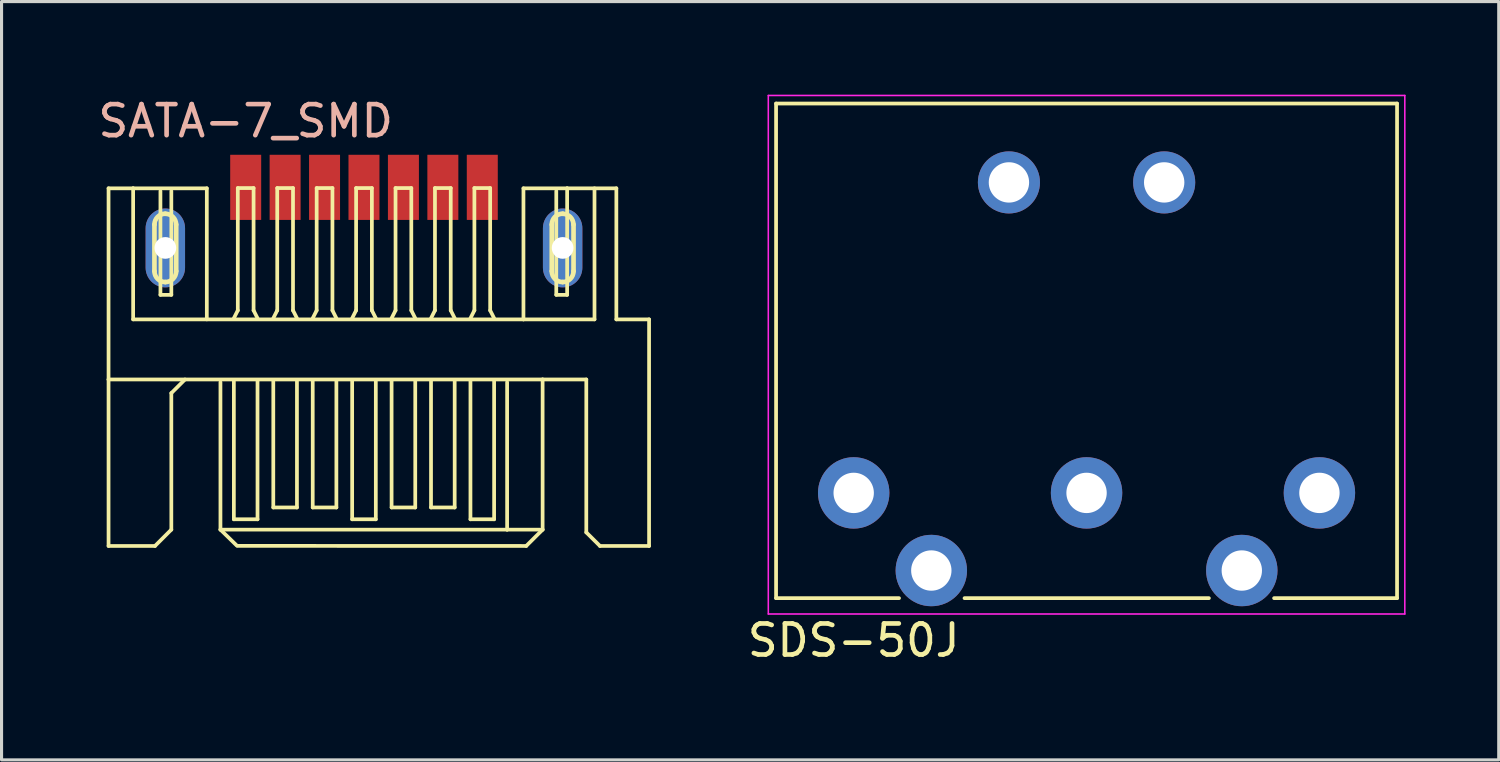
<source format=kicad_pcb>
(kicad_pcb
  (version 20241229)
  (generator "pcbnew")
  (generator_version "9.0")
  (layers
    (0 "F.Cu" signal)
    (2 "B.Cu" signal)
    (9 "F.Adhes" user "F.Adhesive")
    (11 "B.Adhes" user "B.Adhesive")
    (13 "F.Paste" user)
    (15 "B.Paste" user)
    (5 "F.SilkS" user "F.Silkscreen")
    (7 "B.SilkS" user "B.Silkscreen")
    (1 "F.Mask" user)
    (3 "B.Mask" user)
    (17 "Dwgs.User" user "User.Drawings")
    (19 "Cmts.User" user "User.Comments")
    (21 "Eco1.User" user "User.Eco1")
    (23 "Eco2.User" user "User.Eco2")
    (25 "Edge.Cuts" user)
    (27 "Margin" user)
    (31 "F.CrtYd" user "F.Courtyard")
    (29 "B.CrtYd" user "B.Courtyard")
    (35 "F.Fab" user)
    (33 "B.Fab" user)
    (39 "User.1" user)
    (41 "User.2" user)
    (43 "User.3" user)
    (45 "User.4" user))
  (footprint "SDS-50J"
    (layer "F.Cu")
    (at 24.445 12.825)
    (property "Reference" "SDS-50J" (at 0 4.75 0) (layer "F.SilkS") (effects (font (size 1 1) (thickness 0.15))))
    (attr through_hole)
    (fp_line (start -2.5 3.39) (end -2.5 -12.54) (stroke (width 0.12) (type solid)) (layer "F.SilkS"))
    (fp_line (start 1.46 3.39) (end -2.5 3.39) (stroke (width 0.12) (type solid)) (layer "F.SilkS"))
    (fp_line (start 11.44 3.39) (end 3.57 3.39) (stroke (width 0.12) (type solid)) (layer "F.SilkS"))
    (fp_line (start 17.5 -12.54) (end -2.5 -12.54) (stroke (width 0.12) (type solid)) (layer "F.SilkS"))
    (fp_line (start 17.5 3.39) (end 13.54 3.39) (stroke (width 0.12) (type solid)) (layer "F.SilkS"))
    (fp_line (start 17.5 3.39) (end 17.5 -12.54) (stroke (width 0.12) (type solid)) (layer "F.SilkS"))
    (fp_line (start -2.75 -12.8) (end -2.75 3.9) (stroke (width 0.05) (type solid)) (layer "F.CrtYd"))
    (fp_line (start 17.75 -12.8) (end -2.75 -12.8) (stroke (width 0.05) (type solid)) (layer "F.CrtYd"))
    (fp_line (start 17.75 3.9) (end -2.75 3.9) (stroke (width 0.05) (type solid)) (layer "F.CrtYd"))
    (fp_line (start 17.75 3.9) (end 17.75 -12.8) (stroke (width 0.05) (type solid)) (layer "F.CrtYd"))
    (pad "" thru_hole circle (at 5 -10) (size 2 2) (drill 1.3) (layers "*.Cu" "*.Mask"))
    (pad "" thru_hole circle (at 10 -10) (size 2 2) (drill 1.3) (layers "*.Cu" "*.Mask"))
    (pad "1" thru_hole circle (at 0 0) (size 2.3 2.3) (drill 1.3) (layers "*.Cu" "*.Mask"))
    (pad "2" thru_hole circle (at 7.5 0) (size 2.3 2.3) (drill 1.3) (layers "*.Cu" "*.Mask"))
    (pad "3" thru_hole circle (at 15 0) (size 2.3 2.3) (drill 1.3) (layers "*.Cu" "*.Mask"))
    (pad "4" thru_hole circle (at 2.5 2.5) (size 2.3 2.3) (drill 1.3) (layers "*.Cu" "*.Mask"))
    (pad "5" thru_hole circle (at 12.5 2.5) (size 2.3 2.3) (drill 1.3) (layers "*.Cu" "*.Mask")))
  (footprint "SATA-7_SMD"
    (layer "F.Cu")
    (at 8.673 14.183)
    (property "Reference" "SATA-7_SMD" (at -3.81 -13.335 0) (layer "B.SilkS") (effects (font (size 1 1) (thickness 0.15))))
    (attr smd)
    (fp_line (start -8.227 -11.168) (end -7.435 -11.168) (stroke (width 0.12) (type solid)) (layer "F.SilkS"))
    (fp_line (start -8.227 -5.011) (end -8.227 -11.168) (stroke (width 0.12) (type solid)) (layer "F.SilkS"))
    (fp_line (start -8.227 -5.011) (end 5.753 -5.011) (stroke (width 0.12) (type solid)) (layer "F.SilkS"))
    (fp_line (start -8.227 0.351) (end -8.227 -5.011) (stroke (width 0.12) (type solid)) (layer "F.SilkS"))
    (fp_line (start -7.435 -11.168) (end -7.435 -6.947) (stroke (width 0.12) (type solid)) (layer "F.SilkS"))
    (fp_line (start -7.435 -11.168) (end -5.062 -11.168) (stroke (width 0.12) (type solid)) (layer "F.SilkS"))
    (fp_line (start -7.435 -6.947) (end 5.136 -6.947) (stroke (width 0.12) (type solid)) (layer "F.SilkS"))
    (fp_line (start -6.749 -8.499) (end -6.749 -10) (stroke (width 0.15) (type solid)) (layer "F.SilkS"))
    (fp_line (start -6.731 0.351) (end -8.227 0.351) (stroke (width 0.12) (type solid)) (layer "F.SilkS"))
    (fp_line (start -6.556 -11.079) (end -6.556 -7.737) (stroke (width 0.12) (type solid)) (layer "F.SilkS"))
    (fp_line (start -6.556 -7.737) (end -6.205 -7.737) (stroke (width 0.12) (type solid)) (layer "F.SilkS"))
    (fp_line (start -6.205 -7.737) (end -6.205 -11.079) (stroke (width 0.12) (type solid)) (layer "F.SilkS"))
    (fp_line (start -6.205 -4.572) (end -5.766 -5.011) (stroke (width 0.12) (type solid)) (layer "F.SilkS"))
    (fp_line (start -6.205 -0.175) (end -6.731 0.351) (stroke (width 0.12) (type solid)) (layer "F.SilkS"))
    (fp_line (start -6.205 -0.175) (end -6.205 -4.572) (stroke (width 0.12) (type solid)) (layer "F.SilkS"))
    (fp_line (start -6.048 -10) (end -6.048 -8.499) (stroke (width 0.15) (type solid)) (layer "F.SilkS"))
    (fp_line (start -5.062 -11.168) (end -5.062 -6.947) (stroke (width 0.12) (type solid)) (layer "F.SilkS"))
    (fp_line (start -4.623 -0.175) (end -4.623 -4.923) (stroke (width 0.12) (type solid)) (layer "F.SilkS"))
    (fp_line (start -4.191 -6.985) (end -4.064 -7.236) (stroke (width 0.12) (type solid)) (layer "F.SilkS"))
    (fp_line (start -4.191 -0.508) (end -4.191 -4.953) (stroke (width 0.12) (type solid)) (layer "F.SilkS"))
    (fp_line (start -4.097 0.338) (end -4.623 -0.175) (stroke (width 0.12) (type solid)) (layer "F.SilkS"))
    (fp_line (start -4.064 -11.176) (end -3.556 -11.176) (stroke (width 0.12) (type solid)) (layer "F.SilkS"))
    (fp_line (start -4.064 -7.236) (end -4.064 -11.176) (stroke (width 0.12) (type solid)) (layer "F.SilkS"))
    (fp_line (start -3.556 -11.176) (end -3.556 -7.236) (stroke (width 0.12) (type solid)) (layer "F.SilkS"))
    (fp_line (start -3.556 -7.236) (end -3.429 -6.985) (stroke (width 0.12) (type solid)) (layer "F.SilkS"))
    (fp_line (start -3.429 -4.953) (end -3.429 -0.508) (stroke (width 0.12) (type solid)) (layer "F.SilkS"))
    (fp_line (start -3.429 -0.508) (end -4.191 -0.508) (stroke (width 0.12) (type solid)) (layer "F.SilkS"))
    (fp_line (start -2.921 -6.985) (end -2.794 -7.236) (stroke (width 0.12) (type solid)) (layer "F.SilkS"))
    (fp_line (start -2.921 -4.953) (end -2.921 -0.889) (stroke (width 0.12) (type solid)) (layer "F.SilkS"))
    (fp_line (start -2.921 -0.889) (end -2.159 -0.889) (stroke (width 0.12) (type solid)) (layer "F.SilkS"))
    (fp_line (start -2.794 -11.176) (end -2.286 -11.176) (stroke (width 0.12) (type solid)) (layer "F.SilkS"))
    (fp_line (start -2.794 -7.236) (end -2.794 -11.176) (stroke (width 0.12) (type solid)) (layer "F.SilkS"))
    (fp_line (start -2.286 -11.176) (end -2.286 -7.236) (stroke (width 0.12) (type solid)) (layer "F.SilkS"))
    (fp_line (start -2.286 -7.236) (end -2.159 -6.985) (stroke (width 0.12) (type solid)) (layer "F.SilkS"))
    (fp_line (start -2.159 -0.889) (end -2.159 -4.953) (stroke (width 0.12) (type solid)) (layer "F.SilkS"))
    (fp_line (start -1.651 -6.985) (end -1.524 -7.236) (stroke (width 0.12) (type solid)) (layer "F.SilkS"))
    (fp_line (start -1.651 -4.953) (end -1.651 -0.889) (stroke (width 0.12) (type solid)) (layer "F.SilkS"))
    (fp_line (start -1.651 -0.889) (end -0.889 -0.889) (stroke (width 0.12) (type solid)) (layer "F.SilkS"))
    (fp_line (start -1.524 -11.176) (end -1.016 -11.176) (stroke (width 0.12) (type solid)) (layer "F.SilkS"))
    (fp_line (start -1.524 -7.236) (end -1.524 -11.176) (stroke (width 0.12) (type solid)) (layer "F.SilkS"))
    (fp_line (start -1.016 -11.176) (end -1.016 -7.236) (stroke (width 0.12) (type solid)) (layer "F.SilkS"))
    (fp_line (start -1.016 -7.236) (end -0.889 -6.985) (stroke (width 0.12) (type solid)) (layer "F.SilkS"))
    (fp_line (start -0.889 -0.889) (end -0.889 -4.953) (stroke (width 0.12) (type solid)) (layer "F.SilkS"))
    (fp_line (start -0.381 -6.985) (end -0.254 -7.236) (stroke (width 0.12) (type solid)) (layer "F.SilkS"))
    (fp_line (start -0.381 -4.953) (end -0.381 -0.508) (stroke (width 0.12) (type solid)) (layer "F.SilkS"))
    (fp_line (start -0.381 -0.508) (end 0.381 -0.508) (stroke (width 0.12) (type solid)) (layer "F.SilkS"))
    (fp_line (start -0.254 -11.176) (end 0.254 -11.176) (stroke (width 0.12) (type solid)) (layer "F.SilkS"))
    (fp_line (start -0.254 -7.236) (end -0.254 -11.176) (stroke (width 0.12) (type solid)) (layer "F.SilkS"))
    (fp_line (start 0.254 -11.176) (end 0.254 -7.236) (stroke (width 0.12) (type solid)) (layer "F.SilkS"))
    (fp_line (start 0.254 -7.236) (end 0.381 -6.985) (stroke (width 0.12) (type solid)) (layer "F.SilkS"))
    (fp_line (start 0.381 -0.508) (end 0.381 -4.953) (stroke (width 0.12) (type solid)) (layer "F.SilkS"))
    (fp_line (start 0.889 -6.985) (end 1.016 -7.236) (stroke (width 0.12) (type solid)) (layer "F.SilkS"))
    (fp_line (start 0.889 -4.953) (end 0.889 -0.889) (stroke (width 0.12) (type solid)) (layer "F.SilkS"))
    (fp_line (start 0.889 -0.889) (end 1.651 -0.889) (stroke (width 0.12) (type solid)) (layer "F.SilkS"))
    (fp_line (start 1.016 -11.176) (end 1.524 -11.176) (stroke (width 0.12) (type solid)) (layer "F.SilkS"))
    (fp_line (start 1.016 -7.236) (end 1.016 -11.176) (stroke (width 0.12) (type solid)) (layer "F.SilkS"))
    (fp_line (start 1.524 -11.176) (end 1.524 -7.236) (stroke (width 0.12) (type solid)) (layer "F.SilkS"))
    (fp_line (start 1.524 -7.236) (end 1.651 -6.985) (stroke (width 0.12) (type solid)) (layer "F.SilkS"))
    (fp_line (start 1.651 -0.889) (end 1.651 -4.953) (stroke (width 0.12) (type solid)) (layer "F.SilkS"))
    (fp_line (start 2.159 -6.985) (end 2.286 -7.236) (stroke (width 0.12) (type solid)) (layer "F.SilkS"))
    (fp_line (start 2.159 -4.953) (end 2.159 -0.889) (stroke (width 0.12) (type solid)) (layer "F.SilkS"))
    (fp_line (start 2.159 -0.889) (end 2.921 -0.889) (stroke (width 0.12) (type solid)) (layer "F.SilkS"))
    (fp_line (start 2.286 -11.176) (end 2.794 -11.176) (stroke (width 0.12) (type solid)) (layer "F.SilkS"))
    (fp_line (start 2.286 -7.236) (end 2.286 -11.176) (stroke (width 0.12) (type solid)) (layer "F.SilkS"))
    (fp_line (start 2.794 -11.176) (end 2.794 -7.236) (stroke (width 0.12) (type solid)) (layer "F.SilkS"))
    (fp_line (start 2.794 -7.236) (end 2.921 -6.985) (stroke (width 0.12) (type solid)) (layer "F.SilkS"))
    (fp_line (start 2.921 -0.889) (end 2.921 -4.953) (stroke (width 0.12) (type solid)) (layer "F.SilkS"))
    (fp_line (start 3.429 -6.985) (end 3.556 -7.236) (stroke (width 0.12) (type solid)) (layer "F.SilkS"))
    (fp_line (start 3.429 -4.953) (end 3.429 -0.508) (stroke (width 0.12) (type solid)) (layer "F.SilkS"))
    (fp_line (start 3.429 -0.508) (end 4.191 -0.508) (stroke (width 0.12) (type solid)) (layer "F.SilkS"))
    (fp_line (start 3.556 -11.176) (end 4.064 -11.176) (stroke (width 0.12) (type solid)) (layer "F.SilkS"))
    (fp_line (start 3.556 -7.236) (end 3.556 -11.176) (stroke (width 0.12) (type solid)) (layer "F.SilkS"))
    (fp_line (start 4.064 -11.176) (end 4.064 -7.236) (stroke (width 0.12) (type solid)) (layer "F.SilkS"))
    (fp_line (start 4.064 -7.236) (end 4.191 -6.985) (stroke (width 0.12) (type solid)) (layer "F.SilkS"))
    (fp_line (start 4.191 -0.508) (end 4.191 -4.953) (stroke (width 0.12) (type solid)) (layer "F.SilkS"))
    (fp_line (start 4.61 -0.175) (end -4.623 -0.175) (stroke (width 0.12) (type solid)) (layer "F.SilkS"))
    (fp_line (start 4.61 -0.175) (end 4.61 -4.923) (stroke (width 0.12) (type solid)) (layer "F.SilkS"))
    (fp_line (start 5.136 -11.168) (end 6.543 -11.168) (stroke (width 0.12) (type solid)) (layer "F.SilkS"))
    (fp_line (start 5.136 -6.947) (end 5.136 -11.168) (stroke (width 0.12) (type solid)) (layer "F.SilkS"))
    (fp_line (start 5.136 -6.947) (end 7.424 -6.947) (stroke (width 0.12) (type solid)) (layer "F.SilkS"))
    (fp_line (start 5.225 0.351) (end -4.074 0.348) (stroke (width 0.12) (type solid)) (layer "F.SilkS"))
    (fp_line (start 5.664 -0.175) (end 4.61 -0.175) (stroke (width 0.12) (type solid)) (layer "F.SilkS"))
    (fp_line (start 5.753 -5.011) (end 5.753 -0.175) (stroke (width 0.12) (type solid)) (layer "F.SilkS"))
    (fp_line (start 5.753 -0.175) (end 5.225 0.351) (stroke (width 0.12) (type solid)) (layer "F.SilkS"))
    (fp_line (start 5.753 -0.175) (end 5.753 -0.175) (stroke (width 0.12) (type solid)) (layer "F.SilkS"))
    (fp_line (start 6.048 -8.499) (end 6.048 -10) (stroke (width 0.15) (type solid)) (layer "F.SilkS"))
    (fp_line (start 6.193 -11.079) (end 6.193 -7.737) (stroke (width 0.12) (type solid)) (layer "F.SilkS"))
    (fp_line (start 6.193 -7.737) (end 6.543 -7.737) (stroke (width 0.12) (type solid)) (layer "F.SilkS"))
    (fp_line (start 6.543 -11.168) (end 8.128 -11.168) (stroke (width 0.12) (type solid)) (layer "F.SilkS"))
    (fp_line (start 6.543 -7.737) (end 6.543 -11.168) (stroke (width 0.12) (type solid)) (layer "F.SilkS"))
    (fp_line (start 6.749 -10) (end 6.749 -8.499) (stroke (width 0.15) (type solid)) (layer "F.SilkS"))
    (fp_line (start 7.16 -5.011) (end 5.753 -5.011) (stroke (width 0.12) (type solid)) (layer "F.SilkS"))
    (fp_line (start 7.16 -0.086) (end 7.16 -5.011) (stroke (width 0.12) (type solid)) (layer "F.SilkS"))
    (fp_line (start 7.424 -6.947) (end 7.424 -11.168) (stroke (width 0.12) (type solid)) (layer "F.SilkS"))
    (fp_line (start 7.6 0.351) (end 7.16 -0.086) (stroke (width 0.12) (type solid)) (layer "F.SilkS"))
    (fp_line (start 8.128 -11.168) (end 8.128 -6.947) (stroke (width 0.12) (type solid)) (layer "F.SilkS"))
    (fp_line (start 8.128 -6.947) (end 9.182 -6.947) (stroke (width 0.12) (type solid)) (layer "F.SilkS"))
    (fp_line (start 9.182 -6.947) (end 9.182 0.351) (stroke (width 0.12) (type solid)) (layer "F.SilkS"))
    (fp_line (start 9.182 0.351) (end 7.6 0.351) (stroke (width 0.12) (type solid)) (layer "F.SilkS"))
    (fp_arc (start -6.74878 -9.99998) (mid -6.646115 -10.247835) (end -6.39826 -10.3505) (stroke (width 0.15) (type solid)) (layer "F.SilkS"))
    (fp_arc (start -6.39826 -10.34796) (mid -6.152201 -10.246039) (end -6.05028 -9.99998) (stroke (width 0.15) (type solid)) (layer "F.SilkS"))
    (fp_arc (start -6.39826 -8.14832) (mid -6.646115 -8.250985) (end -6.74878 -8.49884) (stroke (width 0.15) (type solid)) (layer "F.SilkS"))
    (fp_arc (start -6.04774 -8.49884) (mid -6.150405 -8.250985) (end -6.39826 -8.14832) (stroke (width 0.15) (type solid)) (layer "F.SilkS"))
    (fp_arc (start 6.04774 -9.99998) (mid 6.150405 -10.247835) (end 6.39826 -10.3505) (stroke (width 0.15) (type solid)) (layer "F.SilkS"))
    (fp_arc (start 6.39826 -10.34796) (mid 6.644319 -10.246039) (end 6.74624 -9.99998) (stroke (width 0.15) (type solid)) (layer "F.SilkS"))
    (fp_arc (start 6.39826 -8.14832) (mid 6.150405 -8.250985) (end 6.04774 -8.49884) (stroke (width 0.15) (type solid)) (layer "F.SilkS"))
    (fp_arc (start 6.74878 -8.49884) (mid 6.646115 -8.250985) (end 6.39826 -8.14832) (stroke (width 0.15) (type solid)) (layer "F.SilkS"))
    (pad "1" smd rect (at -3.81 -11.199) (size 0.998 2.098) (layers "F.Cu" "F.Mask" "F.Paste"))
    (pad "2" smd rect (at -2.54 -11.199) (size 0.998 2.098) (layers "F.Cu" "F.Mask" "F.Paste"))
    (pad "3" smd rect (at -1.27 -11.199) (size 0.998 2.098) (layers "F.Cu" "F.Mask" "F.Paste"))
    (pad "4" smd rect (at 0 -11.199) (size 0.998 2.098) (layers "F.Cu" "F.Mask" "F.Paste"))
    (pad "5" smd rect (at 1.27 -11.199) (size 0.998 2.098) (layers "F.Cu" "F.Mask" "F.Paste"))
    (pad "6" smd rect (at 2.54 -11.199) (size 0.998 2.098) (layers "F.Cu" "F.Mask" "F.Paste"))
    (pad "7" smd rect (at 3.81 -11.199) (size 0.998 2.098) (layers "F.Cu" "F.Mask" "F.Paste"))
    (pad "M1" thru_hole oval (at -6.398 -9.248) (size 1.27 2.54) (drill 0.699) (layers "*.Cu" "F.Mask" "F.Paste"))
    (pad "M2" thru_hole oval (at 6.398 -9.248) (size 1.27 2.54) (drill 0.699) (layers "*.Cu" "F.Mask" "F.Paste")))
  (gr_rect
    (start -3 -3)
    (end 45.22 21.423)
    (stroke (width 0.1) (type default))
    (fill no)
    (layer "Edge.Cuts")))
</source>
